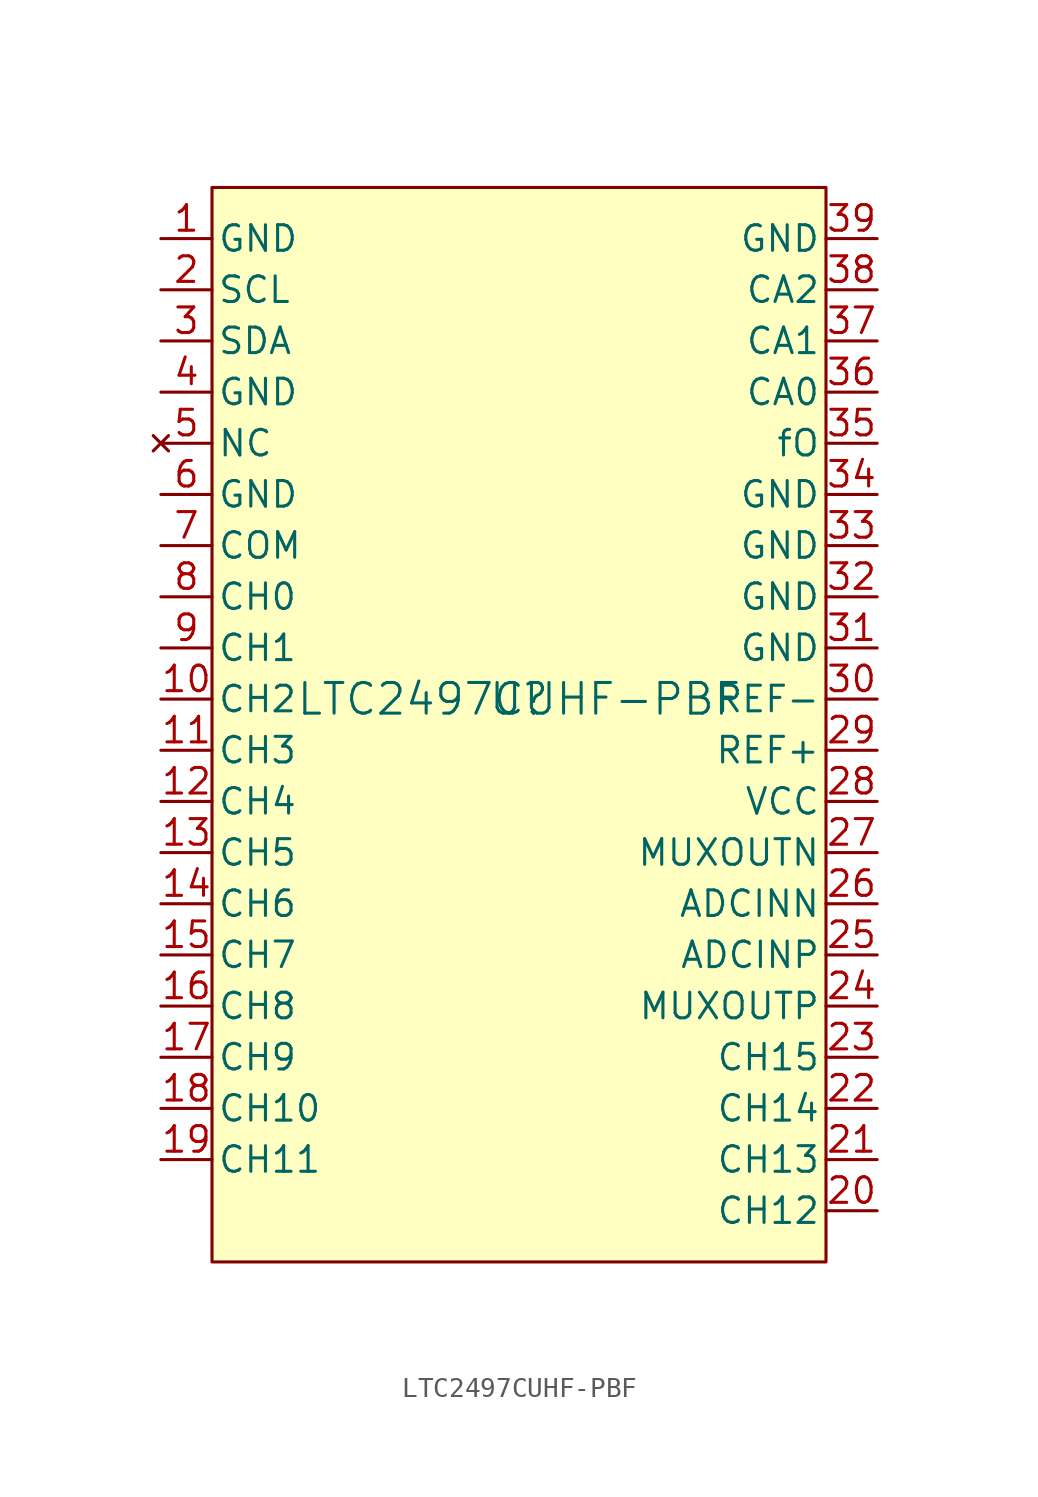
<source format=kicad_sym>
(kicad_symbol_lib
  (version 20220914)
  (generator kicad_symbol_editor)
  (symbol "LTC2497CUHF-PBF"
    (pin_names
      (offset 0.254))
    (property "Reference" "U"
      (at 0 0 0)
      (effects (font (size 1.524 1.524))))
    (property "Value" "LTC2497CUHF-PBF"
      (at 0 0 0)
      (effects (font (size 1.524 1.524))))
    (property "ki_locked" ""
      (at 0 0 0)
      (effects (font (size 1.27 1.27))))
    (symbol "LTC2497CUHF-PBF_1_1"
      (rectangle (start -15.24 25.4) (end 15.24 -27.94) (stroke (width 0) (type default)) (fill (type background)))
      (pin power_out line (at -17.78 22.86 0) (length 2.54) (name "GND" (effects (font (size 1.27 1.27)))) (number "1" (effects (font (size 1.27 1.27)))))
      (pin bidirectional line (at -17.78 0 0) (length 2.54) (name "CH2" (effects (font (size 1.27 1.27)))) (number "10" (effects (font (size 1.27 1.27)))))
      (pin bidirectional line (at -17.78 -2.54 0) (length 2.54) (name "CH3" (effects (font (size 1.27 1.27)))) (number "11" (effects (font (size 1.27 1.27)))))
      (pin bidirectional line (at -17.78 -5.08 0) (length 2.54) (name "CH4" (effects (font (size 1.27 1.27)))) (number "12" (effects (font (size 1.27 1.27)))))
      (pin bidirectional line (at -17.78 -7.62 0) (length 2.54) (name "CH5" (effects (font (size 1.27 1.27)))) (number "13" (effects (font (size 1.27 1.27)))))
      (pin bidirectional line (at -17.78 -10.16 0) (length 2.54) (name "CH6" (effects (font (size 1.27 1.27)))) (number "14" (effects (font (size 1.27 1.27)))))
      (pin bidirectional line (at -17.78 -12.7 0) (length 2.54) (name "CH7" (effects (font (size 1.27 1.27)))) (number "15" (effects (font (size 1.27 1.27)))))
      (pin bidirectional line (at -17.78 -15.24 0) (length 2.54) (name "CH8" (effects (font (size 1.27 1.27)))) (number "16" (effects (font (size 1.27 1.27)))))
      (pin bidirectional line (at -17.78 -17.78 0) (length 2.54) (name "CH9" (effects (font (size 1.27 1.27)))) (number "17" (effects (font (size 1.27 1.27)))))
      (pin bidirectional line (at -17.78 -20.32 0) (length 2.54) (name "CH10" (effects (font (size 1.27 1.27)))) (number "18" (effects (font (size 1.27 1.27)))))
      (pin bidirectional line (at -17.78 -22.86 0) (length 2.54) (name "CH11" (effects (font (size 1.27 1.27)))) (number "19" (effects (font (size 1.27 1.27)))))
      (pin unspecified line (at -17.78 20.32 0) (length 2.54) (name "SCL" (effects (font (size 1.27 1.27)))) (number "2" (effects (font (size 1.27 1.27)))))
      (pin bidirectional line (at 17.78 -25.4 180) (length 2.54) (name "CH12" (effects (font (size 1.27 1.27)))) (number "20" (effects (font (size 1.27 1.27)))))
      (pin bidirectional line (at 17.78 -22.86 180) (length 2.54) (name "CH13" (effects (font (size 1.27 1.27)))) (number "21" (effects (font (size 1.27 1.27)))))
      (pin bidirectional line (at 17.78 -20.32 180) (length 2.54) (name "CH14" (effects (font (size 1.27 1.27)))) (number "22" (effects (font (size 1.27 1.27)))))
      (pin bidirectional line (at 17.78 -17.78 180) (length 2.54) (name "CH15" (effects (font (size 1.27 1.27)))) (number "23" (effects (font (size 1.27 1.27)))))
      (pin output line (at 17.78 -15.24 180) (length 2.54) (name "MUXOUTP" (effects (font (size 1.27 1.27)))) (number "24" (effects (font (size 1.27 1.27)))))
      (pin unspecified line (at 17.78 -12.7 180) (length 2.54) (name "ADCINP" (effects (font (size 1.27 1.27)))) (number "25" (effects (font (size 1.27 1.27)))))
      (pin unspecified line (at 17.78 -10.16 180) (length 2.54) (name "ADCINN" (effects (font (size 1.27 1.27)))) (number "26" (effects (font (size 1.27 1.27)))))
      (pin output line (at 17.78 -7.62 180) (length 2.54) (name "MUXOUTN" (effects (font (size 1.27 1.27)))) (number "27" (effects (font (size 1.27 1.27)))))
      (pin power_in line (at 17.78 -5.08 180) (length 2.54) (name "VCC" (effects (font (size 1.27 1.27)))) (number "28" (effects (font (size 1.27 1.27)))))
      (pin unspecified line (at 17.78 -2.54 180) (length 2.54) (name "REF+" (effects (font (size 1.27 1.27)))) (number "29" (effects (font (size 1.27 1.27)))))
      (pin unspecified line (at -17.78 17.78 0) (length 2.54) (name "SDA" (effects (font (size 1.27 1.27)))) (number "3" (effects (font (size 1.27 1.27)))))
      (pin unspecified line (at 17.78 0 180) (length 2.54) (name "REF-" (effects (font (size 1.27 1.27)))) (number "30" (effects (font (size 1.27 1.27)))))
      (pin power_out line (at 17.78 2.54 180) (length 2.54) (name "GND" (effects (font (size 1.27 1.27)))) (number "31" (effects (font (size 1.27 1.27)))))
      (pin power_out line (at 17.78 5.08 180) (length 2.54) (name "GND" (effects (font (size 1.27 1.27)))) (number "32" (effects (font (size 1.27 1.27)))))
      (pin power_out line (at 17.78 7.62 180) (length 2.54) (name "GND" (effects (font (size 1.27 1.27)))) (number "33" (effects (font (size 1.27 1.27)))))
      (pin power_out line (at 17.78 10.16 180) (length 2.54) (name "GND" (effects (font (size 1.27 1.27)))) (number "34" (effects (font (size 1.27 1.27)))))
      (pin unspecified line (at 17.78 12.7 180) (length 2.54) (name "fO" (effects (font (size 1.27 1.27)))) (number "35" (effects (font (size 1.27 1.27)))))
      (pin bidirectional line (at 17.78 15.24 180) (length 2.54) (name "CA0" (effects (font (size 1.27 1.27)))) (number "36" (effects (font (size 1.27 1.27)))))
      (pin bidirectional line (at 17.78 17.78 180) (length 2.54) (name "CA1" (effects (font (size 1.27 1.27)))) (number "37" (effects (font (size 1.27 1.27)))))
      (pin bidirectional line (at 17.78 20.32 180) (length 2.54) (name "CA2" (effects (font (size 1.27 1.27)))) (number "38" (effects (font (size 1.27 1.27)))))
      (pin power_out line (at 17.78 22.86 180) (length 2.54) (name "GND" (effects (font (size 1.27 1.27)))) (number "39" (effects (font (size 1.27 1.27)))))
      (pin power_out line (at -17.78 15.24 0) (length 2.54) (name "GND" (effects (font (size 1.27 1.27)))) (number "4" (effects (font (size 1.27 1.27)))))
      (pin no_connect line (at -17.78 12.7 0) (length 2.54) (name "NC" (effects (font (size 1.27 1.27)))) (number "5" (effects (font (size 1.27 1.27)))))
      (pin power_out line (at -17.78 10.16 0) (length 2.54) (name "GND" (effects (font (size 1.27 1.27)))) (number "6" (effects (font (size 1.27 1.27)))))
      (pin unspecified line (at -17.78 7.62 0) (length 2.54) (name "COM" (effects (font (size 1.27 1.27)))) (number "7" (effects (font (size 1.27 1.27)))))
      (pin bidirectional line (at -17.78 5.08 0) (length 2.54) (name "CH0" (effects (font (size 1.27 1.27)))) (number "8" (effects (font (size 1.27 1.27)))))
      (pin bidirectional line (at -17.78 2.54 0) (length 2.54) (name "CH1" (effects (font (size 1.27 1.27)))) (number "9" (effects (font (size 1.27 1.27))))))))
</source>
